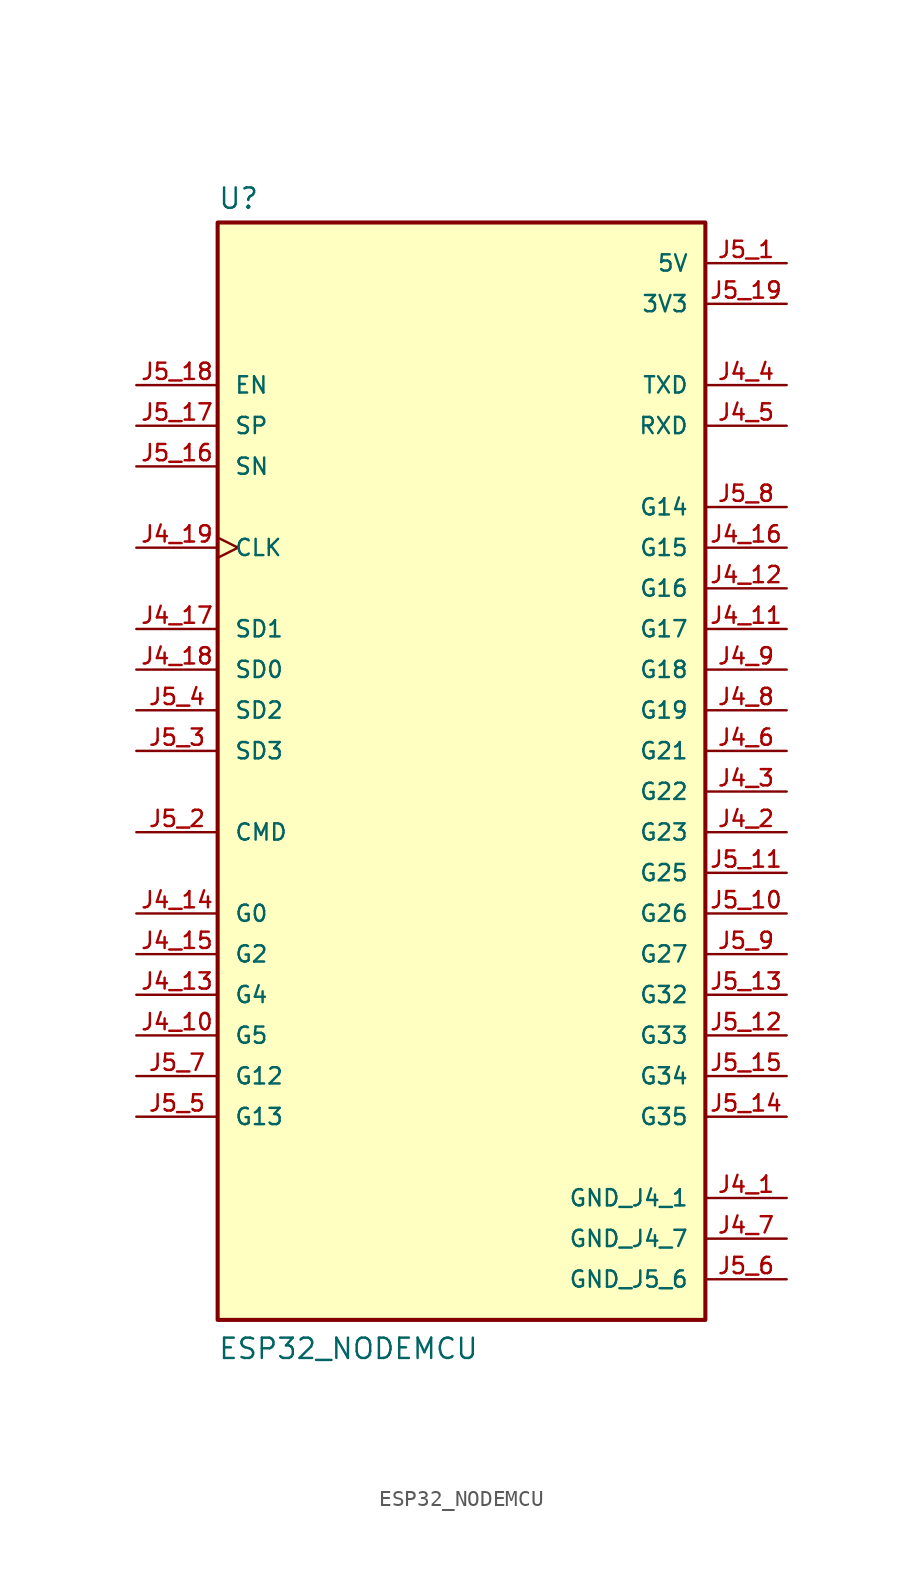
<source format=kicad_sym>
(kicad_symbol_lib
  (version 20211014)
  (generator kicad_symbol_editor)
  (symbol "ESP32_NODEMCU"
    (pin_names
      (offset 1.016))
    (property "Reference" "U"
      (at -15.24 36.322 0)
      (effects (font (size 1.27 1.27)) (justify bottom left)))
    (property "Value" "ESP32_NODEMCU"
      (at -15.24 -35.56 0)
      (effects (font (size 1.27 1.27)) (justify bottom left)))
    (symbol "ESP32_NODEMCU_0_0"
      (rectangle (start -15.24 -33.02) (end 15.24 35.56) (stroke (width 0.254)) (fill (type background)))
      (pin power_in line (at 20.32 30.48 180.0) (length 5.08) (name "3V3" (effects (font (size 1.016 1.016)))) (number "J5_19" (effects (font (size 1.016 1.016)))))
      (pin input line (at -20.32 25.4 0) (length 5.08) (name "EN" (effects (font (size 1.016 1.016)))) (number "J5_18" (effects (font (size 1.016 1.016)))))
      (pin input line (at -20.32 22.86 0) (length 5.08) (name "SP" (effects (font (size 1.016 1.016)))) (number "J5_17" (effects (font (size 1.016 1.016)))))
      (pin input line (at -20.32 20.32 0) (length 5.08) (name "SN" (effects (font (size 1.016 1.016)))) (number "J5_16" (effects (font (size 1.016 1.016)))))
      (pin bidirectional line (at 20.32 -17.78 180.0) (length 5.08) (name "G34" (effects (font (size 1.016 1.016)))) (number "J5_15" (effects (font (size 1.016 1.016)))))
      (pin bidirectional line (at 20.32 -20.32 180.0) (length 5.08) (name "G35" (effects (font (size 1.016 1.016)))) (number "J5_14" (effects (font (size 1.016 1.016)))))
      (pin bidirectional line (at 20.32 -12.7 180.0) (length 5.08) (name "G32" (effects (font (size 1.016 1.016)))) (number "J5_13" (effects (font (size 1.016 1.016)))))
      (pin bidirectional line (at 20.32 -15.24 180.0) (length 5.08) (name "G33" (effects (font (size 1.016 1.016)))) (number "J5_12" (effects (font (size 1.016 1.016)))))
      (pin bidirectional line (at 20.32 -5.08 180.0) (length 5.08) (name "G25" (effects (font (size 1.016 1.016)))) (number "J5_11" (effects (font (size 1.016 1.016)))))
      (pin bidirectional line (at 20.32 -7.62 180.0) (length 5.08) (name "G26" (effects (font (size 1.016 1.016)))) (number "J5_10" (effects (font (size 1.016 1.016)))))
      (pin bidirectional line (at 20.32 -10.16 180.0) (length 5.08) (name "G27" (effects (font (size 1.016 1.016)))) (number "J5_9" (effects (font (size 1.016 1.016)))))
      (pin bidirectional line (at 20.32 17.78 180.0) (length 5.08) (name "G14" (effects (font (size 1.016 1.016)))) (number "J5_8" (effects (font (size 1.016 1.016)))))
      (pin bidirectional line (at -20.32 -17.78 0) (length 5.08) (name "G12" (effects (font (size 1.016 1.016)))) (number "J5_7" (effects (font (size 1.016 1.016)))))
      (pin power_in line (at 20.32 -25.4 180.0) (length 5.08) (name "GND_J4_1" (effects (font (size 1.016 1.016)))) (number "J4_1" (effects (font (size 1.016 1.016)))))
      (pin bidirectional line (at -20.32 -20.32 0) (length 5.08) (name "G13" (effects (font (size 1.016 1.016)))) (number "J5_5" (effects (font (size 1.016 1.016)))))
      (pin bidirectional line (at -20.32 5.08 0) (length 5.08) (name "SD2" (effects (font (size 1.016 1.016)))) (number "J5_4" (effects (font (size 1.016 1.016)))))
      (pin bidirectional line (at -20.32 2.54 0) (length 5.08) (name "SD3" (effects (font (size 1.016 1.016)))) (number "J5_3" (effects (font (size 1.016 1.016)))))
      (pin bidirectional line (at -20.32 -2.54 0) (length 5.08) (name "CMD" (effects (font (size 1.016 1.016)))) (number "J5_2" (effects (font (size 1.016 1.016)))))
      (pin power_in line (at 20.32 33.02 180.0) (length 5.08) (name "5V" (effects (font (size 1.016 1.016)))) (number "J5_1" (effects (font (size 1.016 1.016)))))
      (pin input clock (at -20.32 15.24 0) (length 5.08) (name "CLK" (effects (font (size 1.016 1.016)))) (number "J4_19" (effects (font (size 1.016 1.016)))))
      (pin bidirectional line (at -20.32 7.62 0) (length 5.08) (name "SD0" (effects (font (size 1.016 1.016)))) (number "J4_18" (effects (font (size 1.016 1.016)))))
      (pin bidirectional line (at -20.32 10.16 0) (length 5.08) (name "SD1" (effects (font (size 1.016 1.016)))) (number "J4_17" (effects (font (size 1.016 1.016)))))
      (pin bidirectional line (at 20.32 15.24 180.0) (length 5.08) (name "G15" (effects (font (size 1.016 1.016)))) (number "J4_16" (effects (font (size 1.016 1.016)))))
      (pin bidirectional line (at -20.32 -10.16 0) (length 5.08) (name "G2" (effects (font (size 1.016 1.016)))) (number "J4_15" (effects (font (size 1.016 1.016)))))
      (pin bidirectional line (at -20.32 -7.62 0) (length 5.08) (name "G0" (effects (font (size 1.016 1.016)))) (number "J4_14" (effects (font (size 1.016 1.016)))))
      (pin bidirectional line (at -20.32 -12.7 0) (length 5.08) (name "G4" (effects (font (size 1.016 1.016)))) (number "J4_13" (effects (font (size 1.016 1.016)))))
      (pin bidirectional line (at 20.32 12.7 180.0) (length 5.08) (name "G16" (effects (font (size 1.016 1.016)))) (number "J4_12" (effects (font (size 1.016 1.016)))))
      (pin bidirectional line (at 20.32 10.16 180.0) (length 5.08) (name "G17" (effects (font (size 1.016 1.016)))) (number "J4_11" (effects (font (size 1.016 1.016)))))
      (pin bidirectional line (at -20.32 -15.24 0) (length 5.08) (name "G5" (effects (font (size 1.016 1.016)))) (number "J4_10" (effects (font (size 1.016 1.016)))))
      (pin bidirectional line (at 20.32 7.62 180.0) (length 5.08) (name "G18" (effects (font (size 1.016 1.016)))) (number "J4_9" (effects (font (size 1.016 1.016)))))
      (pin bidirectional line (at 20.32 5.08 180.0) (length 5.08) (name "G19" (effects (font (size 1.016 1.016)))) (number "J4_8" (effects (font (size 1.016 1.016)))))
      (pin bidirectional line (at 20.32 2.54 180.0) (length 5.08) (name "G21" (effects (font (size 1.016 1.016)))) (number "J4_6" (effects (font (size 1.016 1.016)))))
      (pin input line (at 20.32 22.86 180.0) (length 5.08) (name "RXD" (effects (font (size 1.016 1.016)))) (number "J4_5" (effects (font (size 1.016 1.016)))))
      (pin output line (at 20.32 25.4 180.0) (length 5.08) (name "TXD" (effects (font (size 1.016 1.016)))) (number "J4_4" (effects (font (size 1.016 1.016)))))
      (pin bidirectional line (at 20.32 0.0 180.0) (length 5.08) (name "G22" (effects (font (size 1.016 1.016)))) (number "J4_3" (effects (font (size 1.016 1.016)))))
      (pin bidirectional line (at 20.32 -2.54 180.0) (length 5.08) (name "G23" (effects (font (size 1.016 1.016)))) (number "J4_2" (effects (font (size 1.016 1.016)))))
      (pin power_in line (at 20.32 -27.94 180.0) (length 5.08) (name "GND_J4_7" (effects (font (size 1.016 1.016)))) (number "J4_7" (effects (font (size 1.016 1.016)))))
      (pin power_in line (at 20.32 -30.48 180.0) (length 5.08) (name "GND_J5_6" (effects (font (size 1.016 1.016)))) (number "J5_6" (effects (font (size 1.016 1.016))))))))
</source>
